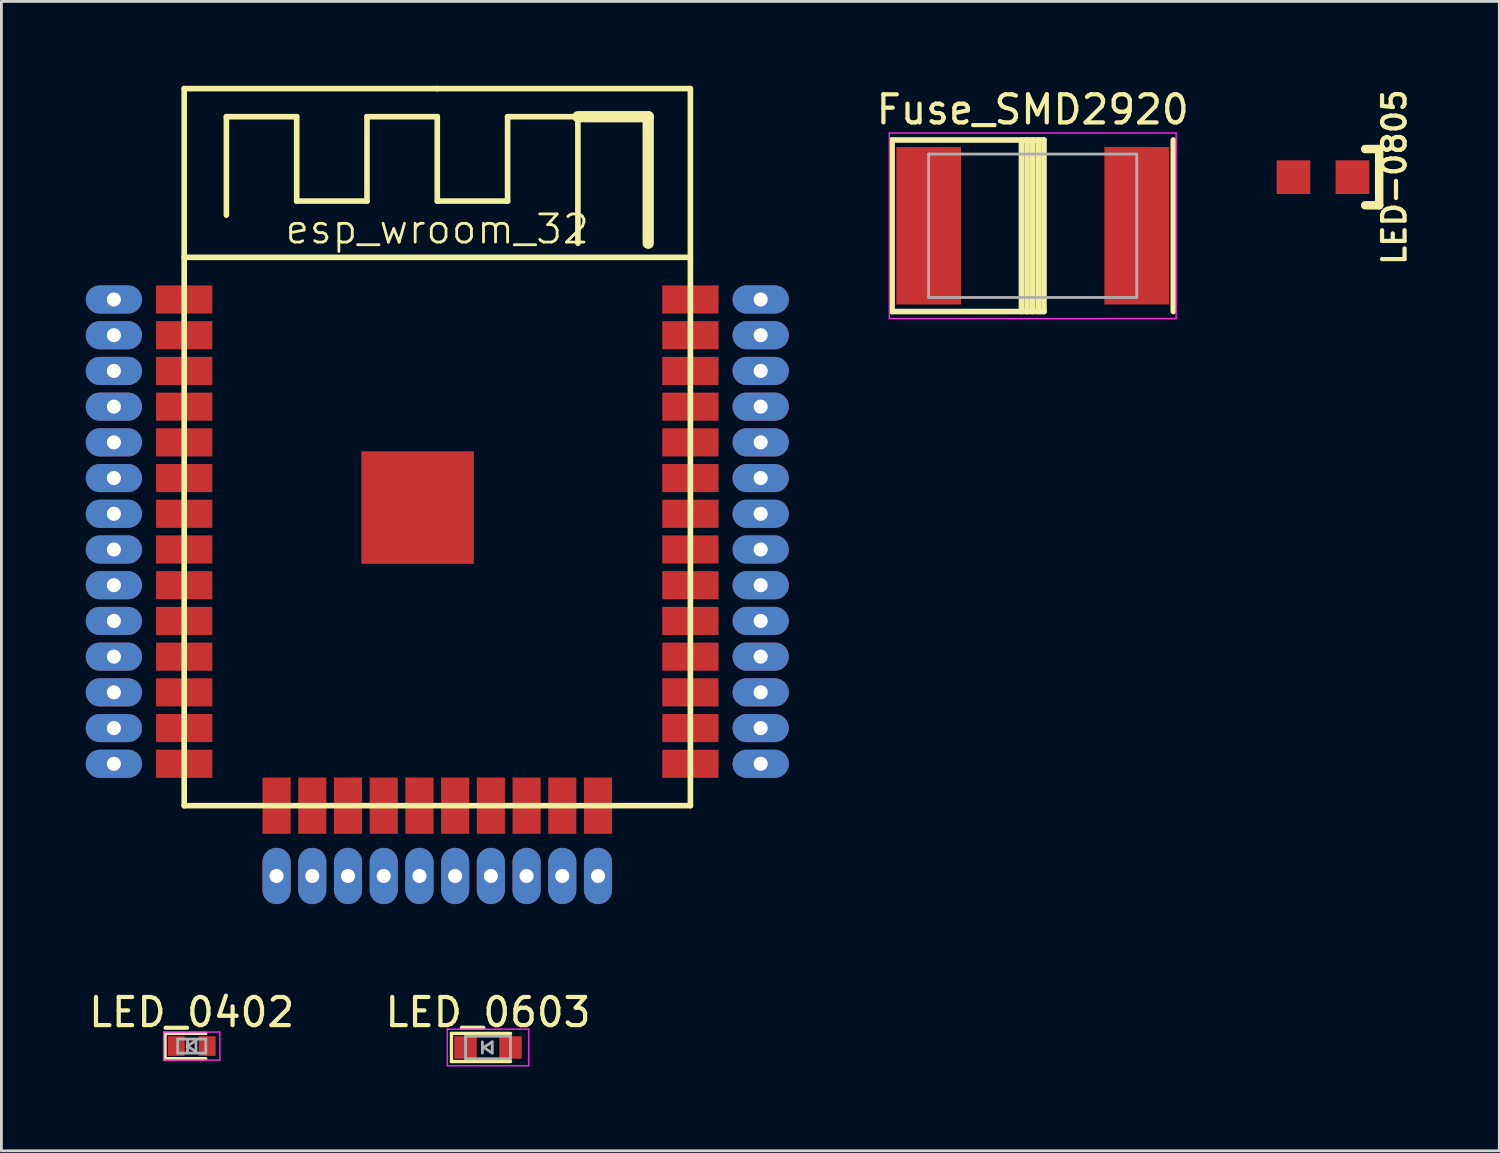
<source format=kicad_pcb>
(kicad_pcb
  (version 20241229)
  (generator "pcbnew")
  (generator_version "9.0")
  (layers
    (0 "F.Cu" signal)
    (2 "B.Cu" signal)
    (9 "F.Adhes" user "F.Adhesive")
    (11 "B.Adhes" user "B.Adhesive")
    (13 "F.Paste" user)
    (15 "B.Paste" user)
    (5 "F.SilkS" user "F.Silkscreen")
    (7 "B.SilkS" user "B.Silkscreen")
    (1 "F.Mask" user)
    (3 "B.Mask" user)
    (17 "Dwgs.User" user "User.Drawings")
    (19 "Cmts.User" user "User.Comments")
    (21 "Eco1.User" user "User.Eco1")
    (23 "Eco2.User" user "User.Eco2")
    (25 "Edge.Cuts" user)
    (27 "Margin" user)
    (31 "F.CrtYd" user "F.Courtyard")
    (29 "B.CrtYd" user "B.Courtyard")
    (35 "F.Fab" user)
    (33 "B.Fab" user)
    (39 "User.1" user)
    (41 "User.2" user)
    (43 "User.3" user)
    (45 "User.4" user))
  (footprint "LED_0603"
    (layer "F.Cu")
    (at 14.304 34.198)
    (property "Reference" "LED_0603" (at 0 -1.25 0) (layer "F.SilkS") (effects (font (size 1 1) (thickness 0.15))))
    (attr smd)
    (fp_line (start -1.3 -0.5) (end -1.3 0.5) (stroke (width 0.12) (type solid)) (layer "F.SilkS"))
    (fp_line (start -1.3 -0.5) (end 0.8 -0.5) (stroke (width 0.12) (type solid)) (layer "F.SilkS"))
    (fp_line (start -1.3 0.5) (end 0.8 0.5) (stroke (width 0.12) (type solid)) (layer "F.SilkS"))
    (fp_line (start -1.45 -0.65) (end 1.45 -0.65) (stroke (width 0.05) (type solid)) (layer "F.CrtYd"))
    (fp_line (start -1.45 0.65) (end -1.45 -0.65) (stroke (width 0.05) (type solid)) (layer "F.CrtYd"))
    (fp_line (start 1.45 -0.65) (end 1.45 0.65) (stroke (width 0.05) (type solid)) (layer "F.CrtYd"))
    (fp_line (start 1.45 0.65) (end -1.45 0.65) (stroke (width 0.05) (type solid)) (layer "F.CrtYd"))
    (fp_line (start -0.8 -0.4) (end 0.8 -0.4) (stroke (width 0.1) (type solid)) (layer "F.Fab"))
    (fp_line (start -0.8 0.4) (end -0.8 -0.4) (stroke (width 0.1) (type solid)) (layer "F.Fab"))
    (fp_line (start -0.2 -0.2) (end -0.2 0.2) (stroke (width 0.1) (type solid)) (layer "F.Fab"))
    (fp_line (start -0.15 0) (end 0.15 -0.2) (stroke (width 0.1) (type solid)) (layer "F.Fab"))
    (fp_line (start 0.15 -0.2) (end 0.15 0.2) (stroke (width 0.1) (type solid)) (layer "F.Fab"))
    (fp_line (start 0.15 0.2) (end -0.15 0) (stroke (width 0.1) (type solid)) (layer "F.Fab"))
    (fp_line (start 0.8 -0.4) (end 0.8 0.4) (stroke (width 0.1) (type solid)) (layer "F.Fab"))
    (fp_line (start 0.8 0.4) (end -0.8 0.4) (stroke (width 0.1) (type solid)) (layer "F.Fab"))
    (pad "1" smd rect (at 0.8 0 180) (size 0.8 0.8) (layers "F.Cu" "F.Mask" "F.Paste"))
    (pad "2" smd rect (at -0.8 0 180) (size 0.8 0.8) (layers "F.Cu" "F.Mask" "F.Paste")))
  (footprint "LED-0805"
    (layer "F.Cu")
    (at 43.994 3.25)
    (property "Reference" "LED-0805" (at 2.54 0 270) (layer "F.SilkS") (effects (font (size 0.8 0.8) (thickness 0.15))))
    (attr smd)
    (fp_line (start 2 -1) (end 1.5 -1) (stroke (width 0.3) (type solid)) (layer "F.SilkS"))
    (fp_line (start 2 -1) (end 2 1) (stroke (width 0.3) (type solid)) (layer "F.SilkS"))
    (fp_line (start 2 1) (end 1.5 1) (stroke (width 0.3) (type solid)) (layer "F.SilkS"))
    (pad "1" smd rect (at -1.049 0) (size 1.199 1.199) (layers "F.Cu" "F.Mask" "F.Paste"))
    (pad "2" smd rect (at 1.049 0) (size 1.199 1.199) (layers "F.Cu" "F.Mask" "F.Paste")))
  (footprint "Fuse_SMD2920"
    (layer "F.Cu")
    (at 33.673 4.978)
    (property "Reference" "Fuse_SMD2920" (at 0 -4.13 0) (layer "F.SilkS") (effects (font (size 1 1) (thickness 0.15))))
    (attr smd)
    (fp_line (start -5 -3.05) (end -5 3.05) (stroke (width 0.2) (type solid)) (layer "F.SilkS"))
    (fp_line (start -5 -3.05) (end 0.4 -3.05) (stroke (width 0.2) (type solid)) (layer "F.SilkS"))
    (fp_line (start -5 3.05) (end 0.4 3.05) (stroke (width 0.2) (type solid)) (layer "F.SilkS"))
    (fp_line (start -0.4 -3.05) (end -0.4 3.05) (stroke (width 0.2) (type solid)) (layer "F.SilkS"))
    (fp_line (start -0.2 -3.05) (end -0.2 3.05) (stroke (width 0.2) (type solid)) (layer "F.SilkS"))
    (fp_line (start 0 -3.05) (end 0 3.05) (stroke (width 0.2) (type solid)) (layer "F.SilkS"))
    (fp_line (start 0.2 -3.05) (end 0.2 3.05) (stroke (width 0.2) (type solid)) (layer "F.SilkS"))
    (fp_line (start 0.4 -3.05) (end 0.4 3.05) (stroke (width 0.2) (type solid)) (layer "F.SilkS"))
    (fp_line (start 5 -3.05) (end 5 3.05) (stroke (width 0.2) (type solid)) (layer "F.SilkS"))
    (fp_line (start -5.1 -3.3) (end -5.1 3.3) (stroke (width 0.05) (type solid)) (layer "F.CrtYd"))
    (fp_line (start -5.1 -3.3) (end 5.1 -3.3) (stroke (width 0.05) (type solid)) (layer "F.CrtYd"))
    (fp_line (start -5.1 3.3) (end 5.1 3.3) (stroke (width 0.05) (type solid)) (layer "F.CrtYd"))
    (fp_line (start 5.1 -3.3) (end 5.1 3.3) (stroke (width 0.05) (type solid)) (layer "F.CrtYd"))
    (fp_line (start -3.7 -2.55) (end 3.7 -2.55) (stroke (width 0.1) (type solid)) (layer "F.Fab"))
    (fp_line (start -3.7 2.55) (end -3.7 -2.55) (stroke (width 0.1) (type solid)) (layer "F.Fab"))
    (fp_line (start 3.7 -2.55) (end 3.7 2.55) (stroke (width 0.1) (type solid)) (layer "F.Fab"))
    (fp_line (start 3.7 2.55) (end -3.7 2.55) (stroke (width 0.1) (type solid)) (layer "F.Fab"))
    (pad "1" smd rect (at -3.7 0 90) (size 5.6 2.3) (layers "F.Cu" "F.Mask" "F.Paste"))
    (pad "2" smd rect (at 3.7 0 90) (size 5.6 2.3) (layers "F.Cu" "F.Mask" "F.Paste")))
  (footprint "esp_wroom_32"
    (layer "F.Cu")
    (at 12.5 12.85)
    (property "Reference" "esp_wroom_32" (at 0 -7.75 0) (layer "F.SilkS") (effects (font (size 1 1) (thickness 0.1))))
    (attr through_hole)
    (fp_line (start -9 -12.75) (end 0 -12.75) (stroke (width 0.2) (type solid)) (layer "F.SilkS"))
    (fp_line (start -9 -6.75) (end 9 -6.75) (stroke (width 0.2) (type solid)) (layer "F.SilkS"))
    (fp_line (start -9 12.75) (end -9 -12.75) (stroke (width 0.2) (type solid)) (layer "F.SilkS"))
    (fp_line (start -7.5 -11.75) (end -7.5 -8.25) (stroke (width 0.2) (type solid)) (layer "F.SilkS"))
    (fp_line (start -5 -11.75) (end -7.5 -11.75) (stroke (width 0.2) (type solid)) (layer "F.SilkS"))
    (fp_line (start -5 -11.75) (end -5 -8.75) (stroke (width 0.2) (type solid)) (layer "F.SilkS"))
    (fp_line (start -2.5 -11.75) (end -2.5 -8.75) (stroke (width 0.2) (type solid)) (layer "F.SilkS"))
    (fp_line (start -2.5 -8.75) (end -5 -8.75) (stroke (width 0.2) (type solid)) (layer "F.SilkS"))
    (fp_line (start 0 -12.75) (end 9 -12.75) (stroke (width 0.2) (type solid)) (layer "F.SilkS"))
    (fp_line (start 0 -11.75) (end -2.5 -11.75) (stroke (width 0.2) (type solid)) (layer "F.SilkS"))
    (fp_line (start 0 -11.75) (end 0 -8.75) (stroke (width 0.2) (type solid)) (layer "F.SilkS"))
    (fp_line (start 0 -8.75) (end 2.5 -8.75) (stroke (width 0.2) (type solid)) (layer "F.SilkS"))
    (fp_line (start 2.5 -11.75) (end 2.5 -8.75) (stroke (width 0.2) (type solid)) (layer "F.SilkS"))
    (fp_line (start 2.5 -11.75) (end 5 -11.75) (stroke (width 0.2) (type solid)) (layer "F.SilkS"))
    (fp_line (start 5 -11.75) (end 5 -7.25) (stroke (width 0.2) (type solid)) (layer "F.SilkS"))
    (fp_line (start 5 -11.75) (end 7.5 -11.75) (stroke (width 0.4) (type solid)) (layer "F.SilkS"))
    (fp_line (start 7.5 -11.75) (end 7.5 -7.25) (stroke (width 0.4) (type solid)) (layer "F.SilkS"))
    (fp_line (start 9 -12.75) (end 9 12.75) (stroke (width 0.2) (type solid)) (layer "F.SilkS"))
    (fp_line (start 9 12.75) (end -9 12.75) (stroke (width 0.2) (type solid)) (layer "F.SilkS"))
    (pad "1" thru_hole oval (at -11.5 -5.25) (size 2 1) (drill 0.5) (layers "*.Cu" "*.Mask"))
    (pad "1" smd rect (at -9 -5.25) (size 2 1) (layers "F.Cu" "F.Mask" "F.Paste"))
    (pad "2" thru_hole oval (at -11.5 -3.98) (size 2 1) (drill 0.5) (layers "*.Cu" "*.Mask"))
    (pad "2" smd rect (at -9 -3.98) (size 2 1) (layers "F.Cu" "F.Mask" "F.Paste"))
    (pad "3" thru_hole oval (at -11.5 -2.71) (size 2 1) (drill 0.5) (layers "*.Cu" "*.Mask"))
    (pad "3" smd rect (at -9 -2.71) (size 2 1) (layers "F.Cu" "F.Mask" "F.Paste"))
    (pad "4" thru_hole oval (at -11.5 -1.44) (size 2 1) (drill 0.5) (layers "*.Cu" "*.Mask"))
    (pad "4" smd rect (at -9 -1.44) (size 2 1) (layers "F.Cu" "F.Mask" "F.Paste"))
    (pad "5" thru_hole oval (at -11.5 -0.17) (size 2 1) (drill 0.5) (layers "*.Cu" "*.Mask"))
    (pad "5" smd rect (at -9 -0.17) (size 2 1) (layers "F.Cu" "F.Mask" "F.Paste"))
    (pad "6" thru_hole oval (at -11.5 1.1) (size 2 1) (drill 0.5) (layers "*.Cu" "*.Mask"))
    (pad "6" smd rect (at -9 1.1) (size 2 1) (layers "F.Cu" "F.Mask" "F.Paste"))
    (pad "7" thru_hole oval (at -11.5 2.37) (size 2 1) (drill 0.5) (layers "*.Cu" "*.Mask"))
    (pad "7" smd rect (at -9 2.37) (size 2 1) (layers "F.Cu" "F.Mask" "F.Paste"))
    (pad "8" thru_hole oval (at -11.5 3.64) (size 2 1) (drill 0.5) (layers "*.Cu" "*.Mask"))
    (pad "8" smd rect (at -9 3.64) (size 2 1) (layers "F.Cu" "F.Mask" "F.Paste"))
    (pad "9" thru_hole oval (at -11.5 4.91) (size 2 1) (drill 0.5) (layers "*.Cu" "*.Mask"))
    (pad "9" smd rect (at -9 4.91) (size 2 1) (layers "F.Cu" "F.Mask" "F.Paste"))
    (pad "10" thru_hole oval (at -11.5 6.18) (size 2 1) (drill 0.5) (layers "*.Cu" "*.Mask"))
    (pad "10" smd rect (at -9 6.18) (size 2 1) (layers "F.Cu" "F.Mask" "F.Paste"))
    (pad "11" thru_hole oval (at -11.5 7.45) (size 2 1) (drill 0.5) (layers "*.Cu" "*.Mask"))
    (pad "11" smd rect (at -9 7.45) (size 2 1) (layers "F.Cu" "F.Mask" "F.Paste"))
    (pad "12" thru_hole oval (at -11.5 8.72) (size 2 1) (drill 0.5) (layers "*.Cu" "*.Mask"))
    (pad "12" smd rect (at -9 8.72) (size 2 1) (layers "F.Cu" "F.Mask" "F.Paste"))
    (pad "13" thru_hole oval (at -11.5 9.99) (size 2 1) (drill 0.5) (layers "*.Cu" "*.Mask"))
    (pad "13" smd rect (at -9 9.99) (size 2 1) (layers "F.Cu" "F.Mask" "F.Paste"))
    (pad "14" thru_hole oval (at -11.5 11.26) (size 2 1) (drill 0.5) (layers "*.Cu" "*.Mask"))
    (pad "14" smd rect (at -9 11.26) (size 2 1) (layers "F.Cu" "F.Mask" "F.Paste"))
    (pad "15" smd rect (at -5.715 12.75 90) (size 2 1) (layers "F.Cu" "F.Mask" "F.Paste"))
    (pad "15" thru_hole oval (at -5.715 15.25 90) (size 2 1) (drill 0.5) (layers "*.Cu" "*.Mask"))
    (pad "16" smd rect (at -4.445 12.75 90) (size 2 1) (layers "F.Cu" "F.Mask" "F.Paste"))
    (pad "16" thru_hole oval (at -4.445 15.25 90) (size 2 1) (drill 0.5) (layers "*.Cu" "*.Mask"))
    (pad "17" smd rect (at -3.175 12.75 90) (size 2 1) (layers "F.Cu" "F.Mask" "F.Paste"))
    (pad "17" thru_hole oval (at -3.175 15.25 90) (size 2 1) (drill 0.5) (layers "*.Cu" "*.Mask"))
    (pad "18" smd rect (at -1.905 12.75 90) (size 2 1) (layers "F.Cu" "F.Mask" "F.Paste"))
    (pad "18" thru_hole oval (at -1.905 15.25 90) (size 2 1) (drill 0.5) (layers "*.Cu" "*.Mask"))
    (pad "19" smd rect (at -0.635 12.75 90) (size 2 1) (layers "F.Cu" "F.Mask" "F.Paste"))
    (pad "19" thru_hole oval (at -0.635 15.25 90) (size 2 1) (drill 0.5) (layers "*.Cu" "*.Mask"))
    (pad "20" smd rect (at 0.635 12.75 90) (size 2 1) (layers "F.Cu" "F.Mask" "F.Paste"))
    (pad "20" thru_hole oval (at 0.635 15.25 90) (size 2 1) (drill 0.5) (layers "*.Cu" "*.Mask"))
    (pad "21" smd rect (at 1.905 12.75 90) (size 2 1) (layers "F.Cu" "F.Mask" "F.Paste"))
    (pad "21" thru_hole oval (at 1.905 15.25 90) (size 2 1) (drill 0.5) (layers "*.Cu" "*.Mask"))
    (pad "22" smd rect (at 3.175 12.75 90) (size 2 1) (layers "F.Cu" "F.Mask" "F.Paste"))
    (pad "22" thru_hole oval (at 3.175 15.25 90) (size 2 1) (drill 0.5) (layers "*.Cu" "*.Mask"))
    (pad "23" smd rect (at 4.445 12.75 90) (size 2 1) (layers "F.Cu" "F.Mask" "F.Paste"))
    (pad "23" thru_hole oval (at 4.445 15.25 90) (size 2 1) (drill 0.5) (layers "*.Cu" "*.Mask"))
    (pad "24" smd rect (at 5.715 12.75 90) (size 2 1) (layers "F.Cu" "F.Mask" "F.Paste"))
    (pad "24" thru_hole oval (at 5.715 15.25 90) (size 2 1) (drill 0.5) (layers "*.Cu" "*.Mask"))
    (pad "25" smd rect (at 9 11.26) (size 2 1) (layers "F.Cu" "F.Mask" "F.Paste"))
    (pad "25" thru_hole oval (at 11.5 11.26) (size 2 1) (drill 0.5) (layers "*.Cu" "*.Mask"))
    (pad "26" smd rect (at 9 9.99) (size 2 1) (layers "F.Cu" "F.Mask" "F.Paste"))
    (pad "26" thru_hole oval (at 11.5 9.99) (size 2 1) (drill 0.5) (layers "*.Cu" "*.Mask"))
    (pad "27" smd rect (at 9 8.72) (size 2 1) (layers "F.Cu" "F.Mask" "F.Paste"))
    (pad "27" thru_hole oval (at 11.5 8.72) (size 2 1) (drill 0.5) (layers "*.Cu" "*.Mask"))
    (pad "28" smd rect (at 9 7.45) (size 2 1) (layers "F.Cu" "F.Mask" "F.Paste"))
    (pad "28" thru_hole oval (at 11.5 7.45) (size 2 1) (drill 0.5) (layers "*.Cu" "*.Mask"))
    (pad "29" smd rect (at 9 6.18) (size 2 1) (layers "F.Cu" "F.Mask" "F.Paste"))
    (pad "29" thru_hole oval (at 11.5 6.18) (size 2 1) (drill 0.5) (layers "*.Cu" "*.Mask"))
    (pad "30" smd rect (at 9 4.91) (size 2 1) (layers "F.Cu" "F.Mask" "F.Paste"))
    (pad "30" thru_hole oval (at 11.5 4.91) (size 2 1) (drill 0.5) (layers "*.Cu" "*.Mask"))
    (pad "31" smd rect (at 9 3.64) (size 2 1) (layers "F.Cu" "F.Mask" "F.Paste"))
    (pad "31" thru_hole oval (at 11.5 3.64) (size 2 1) (drill 0.5) (layers "*.Cu" "*.Mask"))
    (pad "32" smd rect (at 9 2.37) (size 2 1) (layers "F.Cu" "F.Mask" "F.Paste"))
    (pad "32" thru_hole oval (at 11.5 2.37) (size 2 1) (drill 0.5) (layers "*.Cu" "*.Mask"))
    (pad "33" smd rect (at 9 1.1) (size 2 1) (layers "F.Cu" "F.Mask" "F.Paste"))
    (pad "33" thru_hole oval (at 11.5 1.1) (size 2 1) (drill 0.5) (layers "*.Cu" "*.Mask"))
    (pad "34" smd rect (at 9 -0.17) (size 2 1) (layers "F.Cu" "F.Mask" "F.Paste"))
    (pad "34" thru_hole oval (at 11.5 -0.17) (size 2 1) (drill 0.5) (layers "*.Cu" "*.Mask"))
    (pad "35" smd rect (at 9 -1.44) (size 2 1) (layers "F.Cu" "F.Mask" "F.Paste"))
    (pad "35" thru_hole oval (at 11.5 -1.44) (size 2 1) (drill 0.5) (layers "*.Cu" "*.Mask"))
    (pad "36" smd rect (at 9 -2.71) (size 2 1) (layers "F.Cu" "F.Mask" "F.Paste"))
    (pad "36" thru_hole oval (at 11.5 -2.71) (size 2 1) (drill 0.5) (layers "*.Cu" "*.Mask"))
    (pad "37" smd rect (at 9 -3.98) (size 2 1) (layers "F.Cu" "F.Mask" "F.Paste"))
    (pad "37" thru_hole oval (at 11.5 -3.98) (size 2 1) (drill 0.5) (layers "*.Cu" "*.Mask"))
    (pad "38" smd rect (at 9 -5.25) (size 2 1) (layers "F.Cu" "F.Mask" "F.Paste"))
    (pad "38" thru_hole oval (at 11.5 -5.25) (size 2 1) (drill 0.5) (layers "*.Cu" "*.Mask"))
    (pad "39" smd rect (at -0.7 2.15 90) (size 4 4) (layers "F.Cu" "F.Mask" "F.Paste")))
  (footprint "LED_0402"
    (layer "F.Cu")
    (at 3.768 34.148)
    (property "Reference" "LED_0402" (at 0 -1.2 0) (layer "F.SilkS") (effects (font (size 1 1) (thickness 0.15))))
    (attr smd)
    (fp_line (start -0.95 -0.45) (end -0.95 0.45) (stroke (width 0.12) (type solid)) (layer "F.SilkS"))
    (fp_line (start -0.95 -0.45) (end 0.5 -0.45) (stroke (width 0.12) (type solid)) (layer "F.SilkS"))
    (fp_line (start -0.95 0.45) (end 0.5 0.45) (stroke (width 0.12) (type solid)) (layer "F.SilkS"))
    (fp_line (start -1 -0.5) (end 1 -0.5) (stroke (width 0.05) (type solid)) (layer "F.CrtYd"))
    (fp_line (start -1 0.5) (end -1 -0.5) (stroke (width 0.05) (type solid)) (layer "F.CrtYd"))
    (fp_line (start 1 -0.5) (end 1 0.5) (stroke (width 0.05) (type solid)) (layer "F.CrtYd"))
    (fp_line (start 1 0.5) (end -1 0.5) (stroke (width 0.05) (type solid)) (layer "F.CrtYd"))
    (fp_line (start -0.5 -0.25) (end 0.5 -0.25) (stroke (width 0.1) (type solid)) (layer "F.Fab"))
    (fp_line (start -0.5 0.25) (end -0.5 -0.25) (stroke (width 0.1) (type solid)) (layer "F.Fab"))
    (fp_line (start -0.15 -0.2) (end -0.15 0.2) (stroke (width 0.1) (type solid)) (layer "F.Fab"))
    (fp_line (start -0.15 0) (end 0.15 -0.2) (stroke (width 0.1) (type solid)) (layer "F.Fab"))
    (fp_line (start 0.15 -0.2) (end 0.15 0.2) (stroke (width 0.1) (type solid)) (layer "F.Fab"))
    (fp_line (start 0.15 0.2) (end -0.15 0) (stroke (width 0.1) (type solid)) (layer "F.Fab"))
    (fp_line (start 0.5 -0.25) (end 0.5 0.25) (stroke (width 0.1) (type solid)) (layer "F.Fab"))
    (fp_line (start 0.5 0.25) (end -0.5 0.25) (stroke (width 0.1) (type solid)) (layer "F.Fab"))
    (pad "1" smd rect (at -0.55 0 180) (size 0.6 0.7) (layers "F.Cu" "F.Mask" "F.Paste"))
    (pad "2" smd rect (at 0.55 0 180) (size 0.6 0.7) (layers "F.Cu" "F.Mask" "F.Paste")))
  (gr_rect
    (start -3 -3)
    (end 50.265 37.873)
    (stroke (width 0.1) (type default))
    (fill no)
    (layer "Edge.Cuts")))
</source>
